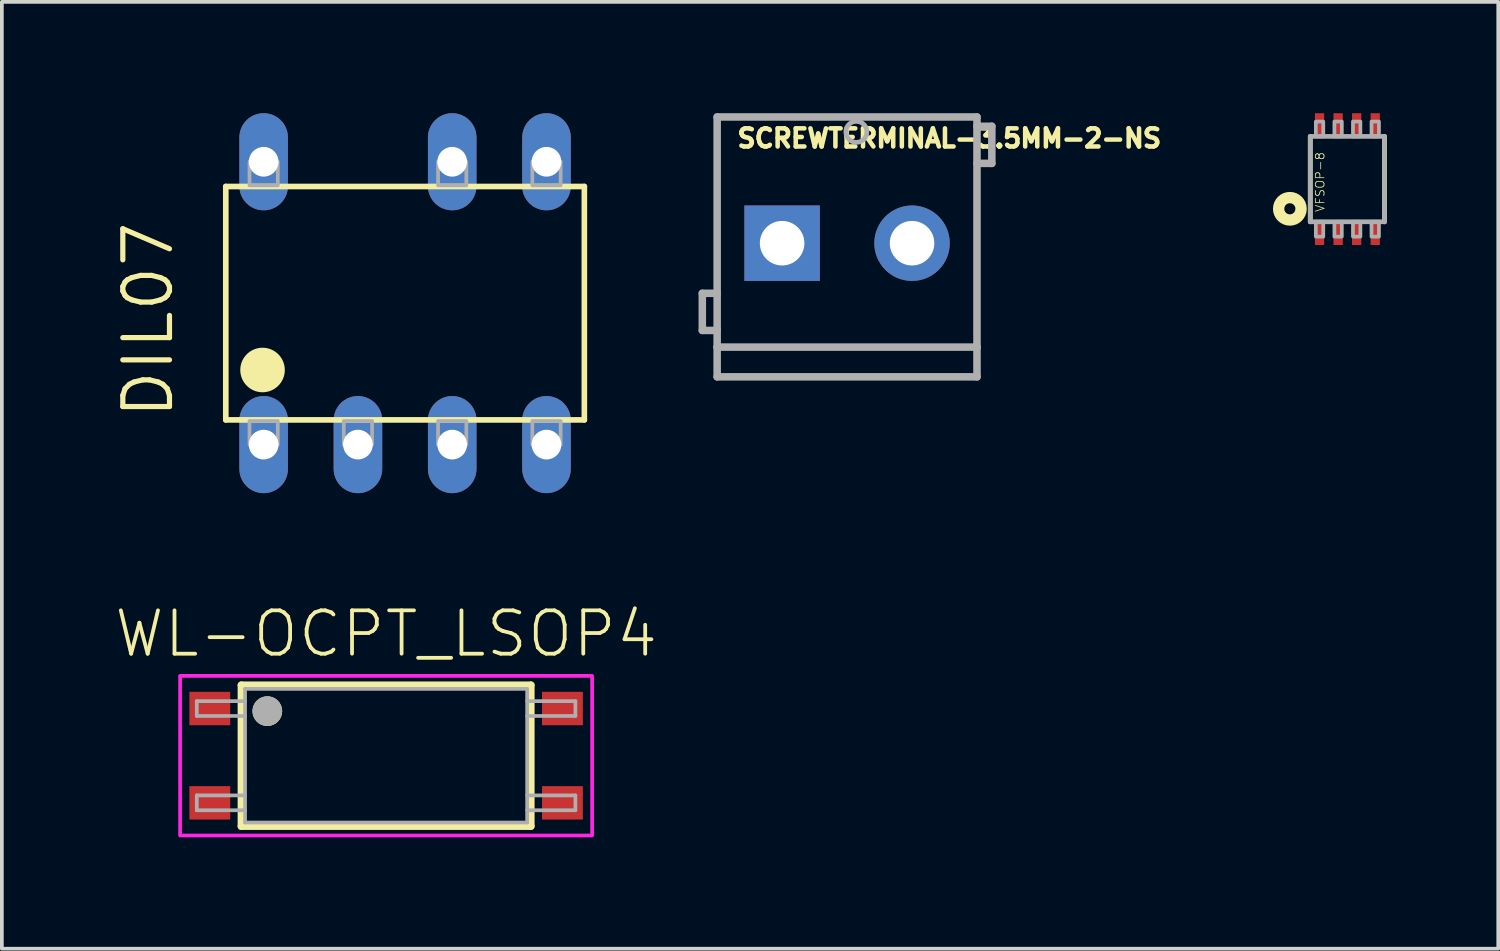
<source format=kicad_pcb>
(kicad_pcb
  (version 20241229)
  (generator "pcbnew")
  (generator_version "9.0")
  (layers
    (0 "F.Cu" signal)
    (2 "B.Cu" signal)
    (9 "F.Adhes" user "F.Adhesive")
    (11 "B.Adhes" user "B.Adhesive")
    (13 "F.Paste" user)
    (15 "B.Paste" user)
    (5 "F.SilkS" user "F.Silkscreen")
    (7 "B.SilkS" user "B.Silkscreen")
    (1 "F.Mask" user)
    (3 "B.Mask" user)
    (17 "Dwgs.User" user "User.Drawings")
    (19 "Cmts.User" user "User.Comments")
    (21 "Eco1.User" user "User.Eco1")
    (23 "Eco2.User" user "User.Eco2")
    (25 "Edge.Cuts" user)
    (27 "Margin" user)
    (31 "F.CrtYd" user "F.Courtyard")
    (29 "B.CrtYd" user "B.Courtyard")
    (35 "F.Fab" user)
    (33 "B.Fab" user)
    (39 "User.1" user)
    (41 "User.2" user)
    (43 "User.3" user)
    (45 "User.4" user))
  (footprint "SCREWTERMINAL-3.5MM-2-NS"
    (layer "F.Cu")
    (at 18.021 3.502)
    (property "Reference" "SCREWTERMINAL-3.5MM-2-NS" (at -1.27 -2.54 0) (layer "F.SilkS") (effects (font (size 0.488 0.488) (thickness 0.122)) (justify left bottom)))
    (attr through_hole)
    (fp_line (start -2.15 1.35) (end -2.15 2.35) (stroke (width 0.203) (type solid)) (layer "F.Fab"))
    (fp_line (start -2.15 2.35) (end -1.75 2.35) (stroke (width 0.203) (type solid)) (layer "F.Fab"))
    (fp_line (start -1.75 -3.4) (end 5.25 -3.4) (stroke (width 0.203) (type solid)) (layer "F.Fab"))
    (fp_line (start -1.75 1.35) (end -2.15 1.35) (stroke (width 0.203) (type solid)) (layer "F.Fab"))
    (fp_line (start -1.75 2.8) (end -1.75 -3.4) (stroke (width 0.203) (type solid)) (layer "F.Fab"))
    (fp_line (start -1.75 3.6) (end -1.75 2.8) (stroke (width 0.203) (type solid)) (layer "F.Fab"))
    (fp_line (start 5.25 -3.4) (end 5.25 2.8) (stroke (width 0.203) (type solid)) (layer "F.Fab"))
    (fp_line (start 5.25 -3.15) (end 5.65 -3.15) (stroke (width 0.203) (type solid)) (layer "F.Fab"))
    (fp_line (start 5.25 2.8) (end -1.75 2.8) (stroke (width 0.203) (type solid)) (layer "F.Fab"))
    (fp_line (start 5.25 2.8) (end 5.25 3.6) (stroke (width 0.203) (type solid)) (layer "F.Fab"))
    (fp_line (start 5.25 3.6) (end -1.75 3.6) (stroke (width 0.203) (type solid)) (layer "F.Fab"))
    (fp_line (start 5.65 -3.15) (end 5.65 -2.15) (stroke (width 0.203) (type solid)) (layer "F.Fab"))
    (fp_line (start 5.65 -2.15) (end 5.25 -2.15) (stroke (width 0.203) (type solid)) (layer "F.Fab"))
    (fp_circle (center 2 -3) (end 2.283 -3) (stroke (width 0.127) (type solid)) (fill no) (layer "F.Fab"))
    (pad "1" thru_hole rect (at 0 0) (size 2.032 2.032) (drill 1.2) (layers "*.Cu" "*.Mask"))
    (pad "2" thru_hole circle (at 3.5 0) (size 2.032 2.032) (drill 1.2) (layers "*.Cu" "*.Mask")))
  (footprint "WL-OCPT_LSOP4"
    (layer "F.Cu")
    (at 7.352 17.309)
    (property "Reference" "WL-OCPT_LSOP4" (at 0 -2.6 0) (layer "F.SilkS") (effects (font (size 1.168 1.168) (thickness 0.102)) (justify bottom)))
    (attr smd)
    (fp_line (start -3.9 -1.9) (end 3.9 -1.9) (stroke (width 0.2) (type solid)) (layer "F.SilkS"))
    (fp_line (start -3.9 1.9) (end -3.9 -1.9) (stroke (width 0.2) (type solid)) (layer "F.SilkS"))
    (fp_line (start 3.9 -1.9) (end 3.9 1.9) (stroke (width 0.2) (type solid)) (layer "F.SilkS"))
    (fp_line (start 3.9 1.9) (end -3.9 1.9) (stroke (width 0.2) (type solid)) (layer "F.SilkS"))
    (fp_circle (center -3.2 -1.2) (end -3 -1.2) (stroke (width 0.4) (type solid)) (fill no) (layer "F.SilkS"))
    (fp_poly (pts (xy 5.55 2.15) (xy -5.55 2.15) (xy -5.55 -2.15) (xy 5.55 -2.15)) (stroke (width 0.1) (type default)) (fill no) (layer "F.CrtYd"))
    (fp_line (start -5.1 -1.47) (end -5.1 -1.07) (stroke (width 0.1) (type solid)) (layer "F.Fab"))
    (fp_line (start -5.1 -1.07) (end -3.8 -1.07) (stroke (width 0.1) (type solid)) (layer "F.Fab"))
    (fp_line (start -5.1 1.07) (end -5.1 1.47) (stroke (width 0.1) (type solid)) (layer "F.Fab"))
    (fp_line (start -5.1 1.47) (end -3.8 1.47) (stroke (width 0.1) (type solid)) (layer "F.Fab"))
    (fp_line (start -3.8 -1.8) (end 3.8 -1.8) (stroke (width 0.1) (type solid)) (layer "F.Fab"))
    (fp_line (start -3.8 -1.47) (end -5.1 -1.47) (stroke (width 0.1) (type solid)) (layer "F.Fab"))
    (fp_line (start -3.8 -1.47) (end -3.8 -1.8) (stroke (width 0.1) (type solid)) (layer "F.Fab"))
    (fp_line (start -3.8 -1.07) (end -3.8 -1.47) (stroke (width 0.1) (type solid)) (layer "F.Fab"))
    (fp_line (start -3.8 1.07) (end -5.1 1.07) (stroke (width 0.1) (type solid)) (layer "F.Fab"))
    (fp_line (start -3.8 1.8) (end -3.8 -1.07) (stroke (width 0.1) (type solid)) (layer "F.Fab"))
    (fp_line (start 3.8 -1.8) (end 3.8 1.8) (stroke (width 0.1) (type solid)) (layer "F.Fab"))
    (fp_line (start 3.8 -1.07) (end 5.1 -1.07) (stroke (width 0.1) (type solid)) (layer "F.Fab"))
    (fp_line (start 3.8 1.47) (end 5.1 1.47) (stroke (width 0.1) (type solid)) (layer "F.Fab"))
    (fp_line (start 3.8 1.8) (end -3.8 1.8) (stroke (width 0.1) (type solid)) (layer "F.Fab"))
    (fp_line (start 5.1 -1.47) (end 3.8 -1.47) (stroke (width 0.1) (type solid)) (layer "F.Fab"))
    (fp_line (start 5.1 -1.07) (end 5.1 -1.47) (stroke (width 0.1) (type solid)) (layer "F.Fab"))
    (fp_line (start 5.1 1.07) (end 3.8 1.07) (stroke (width 0.1) (type solid)) (layer "F.Fab"))
    (fp_line (start 5.1 1.47) (end 5.1 1.07) (stroke (width 0.1) (type solid)) (layer "F.Fab"))
    (fp_circle (center -3.2 -1.2) (end -3 -1.2) (stroke (width 0.4) (type solid)) (fill no) (layer "F.Fab"))
    (pad "1" smd rect (at -4.75 -1.27) (size 1.1 0.9) (layers "F.Cu" "F.Mask" "F.Paste"))
    (pad "2" smd rect (at -4.75 1.27) (size 1.1 0.9) (layers "F.Cu" "F.Mask" "F.Paste"))
    (pad "3" smd rect (at 4.75 1.27) (size 1.1 0.9) (layers "F.Cu" "F.Mask" "F.Paste"))
    (pad "4" smd rect (at 4.75 -1.27) (size 1.1 0.9) (layers "F.Cu" "F.Mask" "F.Paste")))
  (footprint "DIL07"
    (layer "F.Cu")
    (at 7.863 5.118)
    (property "Reference" "DIL07" (at -6.186 3.175 90) (layer "F.SilkS") (effects (font (size 1.257 1.257) (thickness 0.14)) (justify left bottom)))
    (attr through_hole)
    (fp_line (start -4.83 -3.144) (end -4.83 3.144) (stroke (width 0.152) (type solid)) (layer "F.SilkS"))
    (fp_line (start -4.83 3.144) (end 4.83 3.144) (stroke (width 0.152) (type solid)) (layer "F.SilkS"))
    (fp_line (start 4.83 -3.144) (end -4.83 -3.144) (stroke (width 0.152) (type solid)) (layer "F.SilkS"))
    (fp_line (start 4.83 3.144) (end 4.83 -3.144) (stroke (width 0.152) (type solid)) (layer "F.SilkS"))
    (fp_circle (center -3.84 1.8) (end -3.54 1.8) (stroke (width 0.6) (type solid)) (fill yes) (layer "F.SilkS"))
    (fp_poly (pts (xy -4.191 -3.175) (xy -3.429 -3.175) (xy -3.429 -3.81) (xy -4.191 -3.81)) (stroke (width 0.1) (type default)) (fill no) (layer "F.Fab"))
    (fp_poly (pts (xy -4.191 3.81) (xy -3.429 3.81) (xy -3.429 3.175) (xy -4.191 3.175)) (stroke (width 0.1) (type default)) (fill no) (layer "F.Fab"))
    (fp_poly (pts (xy -1.651 3.81) (xy -0.889 3.81) (xy -0.889 3.175) (xy -1.651 3.175)) (stroke (width 0.1) (type default)) (fill no) (layer "F.Fab"))
    (fp_poly (pts (xy 0.889 -3.175) (xy 1.651 -3.175) (xy 1.651 -3.81) (xy 0.889 -3.81)) (stroke (width 0.1) (type default)) (fill no) (layer "F.Fab"))
    (fp_poly (pts (xy 0.889 3.81) (xy 1.651 3.81) (xy 1.651 3.175) (xy 0.889 3.175)) (stroke (width 0.1) (type default)) (fill no) (layer "F.Fab"))
    (fp_poly (pts (xy 3.429 -3.175) (xy 4.191 -3.175) (xy 4.191 -3.81) (xy 3.429 -3.81)) (stroke (width 0.1) (type default)) (fill no) (layer "F.Fab"))
    (fp_poly (pts (xy 3.429 3.81) (xy 4.191 3.81) (xy 4.191 3.175) (xy 3.429 3.175)) (stroke (width 0.1) (type default)) (fill no) (layer "F.Fab"))
    (pad "1" thru_hole oval (at -3.81 3.81 90) (size 2.616 1.308) (drill 0.8) (layers "*.Cu" "*.Mask"))
    (pad "2" thru_hole oval (at -1.27 3.81 90) (size 2.616 1.308) (drill 0.8) (layers "*.Cu" "*.Mask"))
    (pad "3" thru_hole oval (at 1.27 3.81 90) (size 2.616 1.308) (drill 0.8) (layers "*.Cu" "*.Mask"))
    (pad "4" thru_hole oval (at 3.81 3.81 90) (size 2.616 1.308) (drill 0.8) (layers "*.Cu" "*.Mask"))
    (pad "5" thru_hole oval (at 3.81 -3.81 90) (size 2.616 1.308) (drill 0.8) (layers "*.Cu" "*.Mask"))
    (pad "6" thru_hole oval (at 1.27 -3.81 90) (size 2.616 1.308) (drill 0.8) (layers "*.Cu" "*.Mask"))
    (pad "8" thru_hole oval (at -3.81 -3.81 90) (size 2.616 1.308) (drill 0.8) (layers "*.Cu" "*.Mask")))
  (footprint "VFSOP-8"
    (layer "F.Cu")
    (at 33.25 1.775)
    (property "Reference" "VFSOP-8" (at -0.6 0.9 90) (layer "F.SilkS") (effects (font (size 0.234 0.234) (thickness 0.02)) (justify left bottom)))
    (attr smd)
    (fp_line (start -1 1.15) (end -1 -1.15) (stroke (width 0.127) (type solid)) (layer "F.SilkS"))
    (fp_line (start 1 1.15) (end 1 -1.15) (stroke (width 0.127) (type solid)) (layer "F.SilkS"))
    (fp_circle (center -1.55 0.8) (end -1.4 0.8) (stroke (width 0.305) (type solid)) (fill no) (layer "F.SilkS"))
    (fp_line (start -1 -1.15) (end 1 -1.15) (stroke (width 0.127) (type solid)) (layer "F.Fab"))
    (fp_line (start -1 1.15) (end -1 -1.15) (stroke (width 0.127) (type solid)) (layer "F.Fab"))
    (fp_line (start 1 -1.15) (end 1 1.15) (stroke (width 0.127) (type solid)) (layer "F.Fab"))
    (fp_line (start 1 1.15) (end -1 1.15) (stroke (width 0.127) (type solid)) (layer "F.Fab"))
    (fp_poly (pts (xy -0.85 -1.15) (xy -0.65 -1.15) (xy -0.65 -1.55) (xy -0.85 -1.55)) (stroke (width 0.1) (type default)) (fill no) (layer "F.Fab"))
    (fp_poly (pts (xy -0.85 1.55) (xy -0.65 1.55) (xy -0.65 1.15) (xy -0.85 1.15)) (stroke (width 0.1) (type default)) (fill no) (layer "F.Fab"))
    (fp_poly (pts (xy -0.35 -1.15) (xy -0.15 -1.15) (xy -0.15 -1.55) (xy -0.35 -1.55)) (stroke (width 0.1) (type default)) (fill no) (layer "F.Fab"))
    (fp_poly (pts (xy -0.35 1.55) (xy -0.15 1.55) (xy -0.15 1.15) (xy -0.35 1.15)) (stroke (width 0.1) (type default)) (fill no) (layer "F.Fab"))
    (fp_poly (pts (xy 0.15 -1.15) (xy 0.35 -1.15) (xy 0.35 -1.55) (xy 0.15 -1.55)) (stroke (width 0.1) (type default)) (fill no) (layer "F.Fab"))
    (fp_poly (pts (xy 0.15 1.55) (xy 0.35 1.55) (xy 0.35 1.15) (xy 0.15 1.15)) (stroke (width 0.1) (type default)) (fill no) (layer "F.Fab"))
    (fp_poly (pts (xy 0.65 -1.15) (xy 0.85 -1.15) (xy 0.85 -1.55) (xy 0.65 -1.55)) (stroke (width 0.1) (type default)) (fill no) (layer "F.Fab"))
    (fp_poly (pts (xy 0.65 1.55) (xy 0.85 1.55) (xy 0.85 1.15) (xy 0.65 1.15)) (stroke (width 0.1) (type default)) (fill no) (layer "F.Fab"))
    (pad "P$1" smd rect (at -0.75 1.45 90) (size 0.65 0.25) (layers "F.Cu" "F.Mask" "F.Paste"))
    (pad "P$2" smd rect (at -0.25 1.45 90) (size 0.65 0.25) (layers "F.Cu" "F.Mask" "F.Paste"))
    (pad "P$3" smd rect (at 0.25 1.45 90) (size 0.65 0.25) (layers "F.Cu" "F.Mask" "F.Paste"))
    (pad "P$4" smd rect (at 0.75 1.45 90) (size 0.65 0.25) (layers "F.Cu" "F.Mask" "F.Paste"))
    (pad "P$5" smd rect (at 0.75 -1.45 270) (size 0.65 0.25) (layers "F.Cu" "F.Mask" "F.Paste"))
    (pad "P$6" smd rect (at 0.25 -1.45 270) (size 0.65 0.25) (layers "F.Cu" "F.Mask" "F.Paste"))
    (pad "P$7" smd rect (at -0.25 -1.45 270) (size 0.65 0.25) (layers "F.Cu" "F.Mask" "F.Paste"))
    (pad "P$8" smd rect (at -0.75 -1.45 270) (size 0.65 0.25) (layers "F.Cu" "F.Mask" "F.Paste")))
  (gr_rect
    (start -3 -3)
    (end 37.314 22.509)
    (stroke (width 0.1) (type default))
    (fill no)
    (layer "Edge.Cuts")))
</source>
